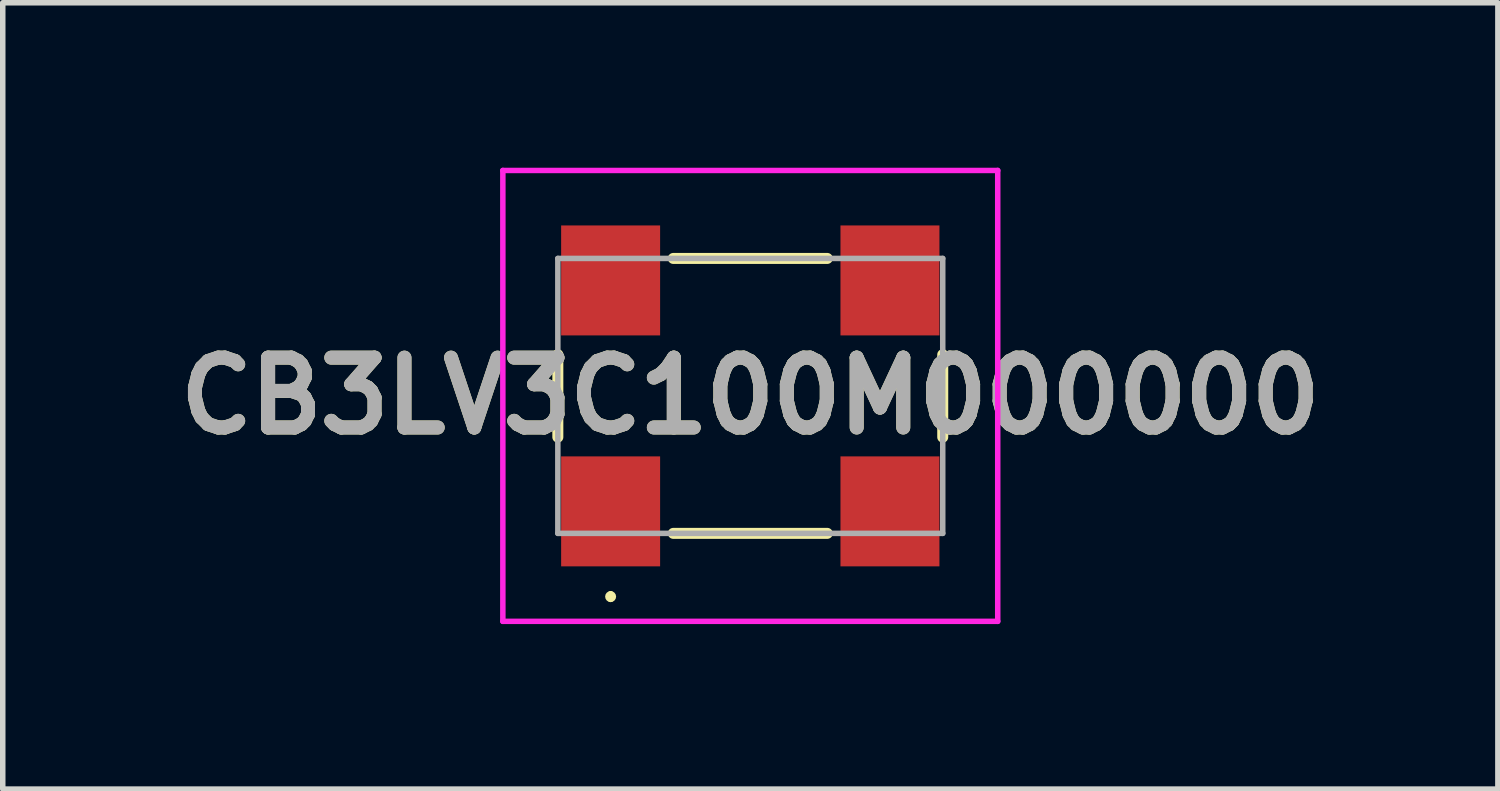
<source format=kicad_pcb>
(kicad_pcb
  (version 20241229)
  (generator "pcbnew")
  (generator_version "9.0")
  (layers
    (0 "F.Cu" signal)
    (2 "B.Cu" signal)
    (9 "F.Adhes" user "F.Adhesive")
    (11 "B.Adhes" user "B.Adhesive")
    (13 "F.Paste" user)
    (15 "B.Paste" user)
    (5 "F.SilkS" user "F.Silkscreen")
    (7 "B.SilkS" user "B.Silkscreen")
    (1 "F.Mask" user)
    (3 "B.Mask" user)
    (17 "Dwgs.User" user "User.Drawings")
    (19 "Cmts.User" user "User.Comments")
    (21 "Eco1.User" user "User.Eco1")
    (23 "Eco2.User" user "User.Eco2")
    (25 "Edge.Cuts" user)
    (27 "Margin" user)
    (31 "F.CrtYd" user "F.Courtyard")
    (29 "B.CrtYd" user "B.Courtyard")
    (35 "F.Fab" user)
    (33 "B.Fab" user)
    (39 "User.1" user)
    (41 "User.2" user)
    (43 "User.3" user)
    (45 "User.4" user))
  (footprint "CB3LV3C100M000000"
    (layer "F.Cu")
    (at 10.595 4.15)
    (property "Reference" "CB3LV3C100M000000" (at 0 0 0) (layer "F.SilkS") (effects (font (size 1.27 1.27) (thickness 0.254))))
    (attr smd)
    (fp_line (start -3.5 -0.75) (end -3.5 0.75) (stroke (width 0.2) (type solid)) (layer "F.SilkS"))
    (fp_line (start -2.54 3.6) (end -2.54 3.6) (stroke (width 0.1) (type solid)) (layer "F.SilkS"))
    (fp_line (start -2.54 3.7) (end -2.54 3.7) (stroke (width 0.1) (type solid)) (layer "F.SilkS"))
    (fp_line (start -1.4 -2.5) (end 1.4 -2.5) (stroke (width 0.2) (type solid)) (layer "F.SilkS"))
    (fp_line (start -1.4 2.5) (end 1.4 2.5) (stroke (width 0.2) (type solid)) (layer "F.SilkS"))
    (fp_line (start 3.5 -0.75) (end 3.5 0.75) (stroke (width 0.2) (type solid)) (layer "F.SilkS"))
    (fp_arc (start -2.54 3.6) (mid -2.49 3.65) (end -2.54 3.7) (stroke (width 0.1) (type solid)) (layer "F.SilkS"))
    (fp_arc (start -2.54 3.7) (mid -2.59 3.65) (end -2.54 3.6) (stroke (width 0.1) (type solid)) (layer "F.SilkS"))
    (fp_line (start -4.5 -4.1) (end 4.5 -4.1) (stroke (width 0.1) (type solid)) (layer "F.CrtYd"))
    (fp_line (start -4.5 4.1) (end -4.5 -4.1) (stroke (width 0.1) (type solid)) (layer "F.CrtYd"))
    (fp_line (start 4.5 -4.1) (end 4.5 4.1) (stroke (width 0.1) (type solid)) (layer "F.CrtYd"))
    (fp_line (start 4.5 4.1) (end -4.5 4.1) (stroke (width 0.1) (type solid)) (layer "F.CrtYd"))
    (fp_line (start -3.5 -2.5) (end 3.5 -2.5) (stroke (width 0.1) (type solid)) (layer "F.Fab"))
    (fp_line (start -3.5 2.5) (end -3.5 -2.5) (stroke (width 0.1) (type solid)) (layer "F.Fab"))
    (fp_line (start 3.5 -2.5) (end 3.5 2.5) (stroke (width 0.1) (type solid)) (layer "F.Fab"))
    (fp_line (start 3.5 2.5) (end -3.5 2.5) (stroke (width 0.1) (type solid)) (layer "F.Fab"))
    (fp_text user "${REFERENCE}" (at 0 0 0) (layer "F.Fab") (effects (font (size 1.27 1.27) (thickness 0.254))))
    (pad "1" smd rect (at -2.54 2.1) (size 1.8 2) (layers "F.Cu" "F.Mask" "F.Paste"))
    (pad "2" smd rect (at 2.54 2.1) (size 1.8 2) (layers "F.Cu" "F.Mask" "F.Paste"))
    (pad "3" smd rect (at 2.54 -2.1) (size 1.8 2) (layers "F.Cu" "F.Mask" "F.Paste"))
    (pad "4" smd rect (at -2.54 -2.1) (size 1.8 2) (layers "F.Cu" "F.Mask" "F.Paste")))
  (gr_rect
    (start -3 -3)
    (end 24.191 11.3)
    (stroke (width 0.1) (type default))
    (fill no)
    (layer "Edge.Cuts")))
</source>
